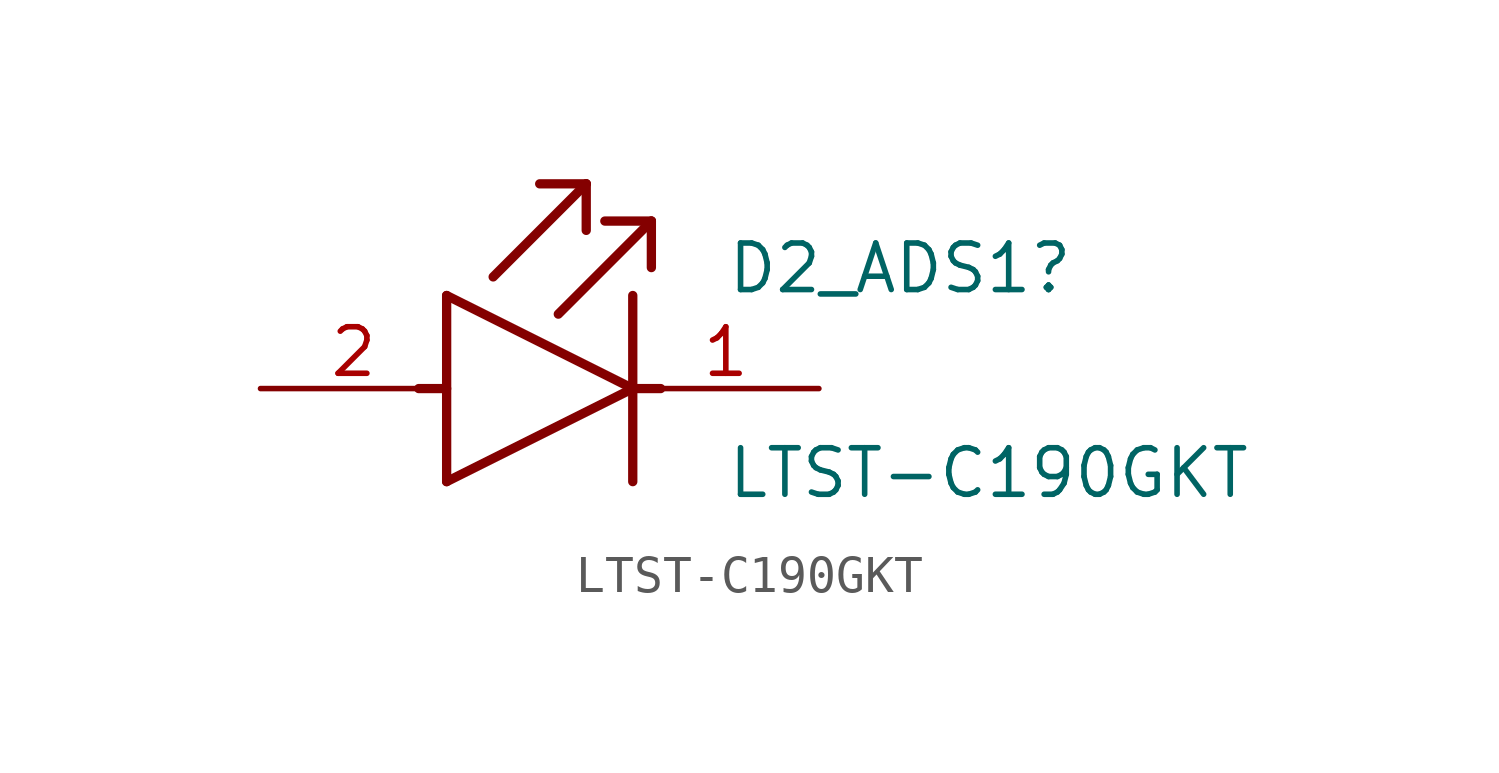
<source format=kicad_sym>
(kicad_symbol_lib
  (version 20241209)
  (generator "kicad_symbol_editor")
  (generator_version "9.0")
  (symbol "LTST-C190GKT"
    (property "Reference" "D2_ADS1"
      (at 12.7 2.54 0)
      (effects (font (size 1.27 1.27)) (justify left bottom)))
    (property "Value" "LTST-C190GKT"
      (at 12.7 -3.048 0)
      (effects (font (size 1.27 1.27)) (justify left bottom)))
    (symbol "LTST-C190GKT_1_0"
      (polyline (pts (xy 5.08 2.54) (xy 5.08 -2.54)) (stroke (width 0.254) (type default)) (fill (type none)))
      (polyline (pts (xy 5.08 2.54) (xy 10.16 0)) (stroke (width 0.254) (type default)) (fill (type none)))
      (polyline (pts (xy 5.08 0) (xy 4.318 0)) (stroke (width 0.254) (type default)) (fill (type none)))
      (polyline (pts (xy 5.08 -2.54) (xy 10.16 0)) (stroke (width 0.254) (type default)) (fill (type none)))
      (polyline (pts (xy 6.35 3.048) (xy 8.89 5.588)) (stroke (width 0.254) (type default)) (fill (type none)))
      (polyline (pts (xy 8.128 2.032) (xy 10.668 4.572)) (stroke (width 0.254) (type default)) (fill (type none)))
      (polyline (pts (xy 8.89 5.588) (xy 7.62 5.588)) (stroke (width 0.254) (type default)) (fill (type none)))
      (polyline (pts (xy 8.89 5.588) (xy 8.89 4.318)) (stroke (width 0.254) (type default)) (fill (type none)))
      (polyline (pts (xy 10.16 2.54) (xy 10.16 -2.54)) (stroke (width 0.254) (type default)) (fill (type none)))
      (polyline (pts (xy 10.16 0) (xy 10.922 0)) (stroke (width 0.254) (type default)) (fill (type none)))
      (polyline (pts (xy 10.668 4.572) (xy 9.398 4.572)) (stroke (width 0.254) (type default)) (fill (type none)))
      (polyline (pts (xy 10.668 4.572) (xy 10.668 3.302)) (stroke (width 0.254) (type default)) (fill (type none)))
      (pin passive line (at 0 0 0) (length 5.08) (name "A" (effects (font (size 0 0)))) (number "2" (effects (font (size 1.27 1.27)))))
      (pin passive line (at 15.24 0 180) (length 5.08) (name "C" (effects (font (size 0 0)))) (number "1" (effects (font (size 1.27 1.27))))))))
</source>
